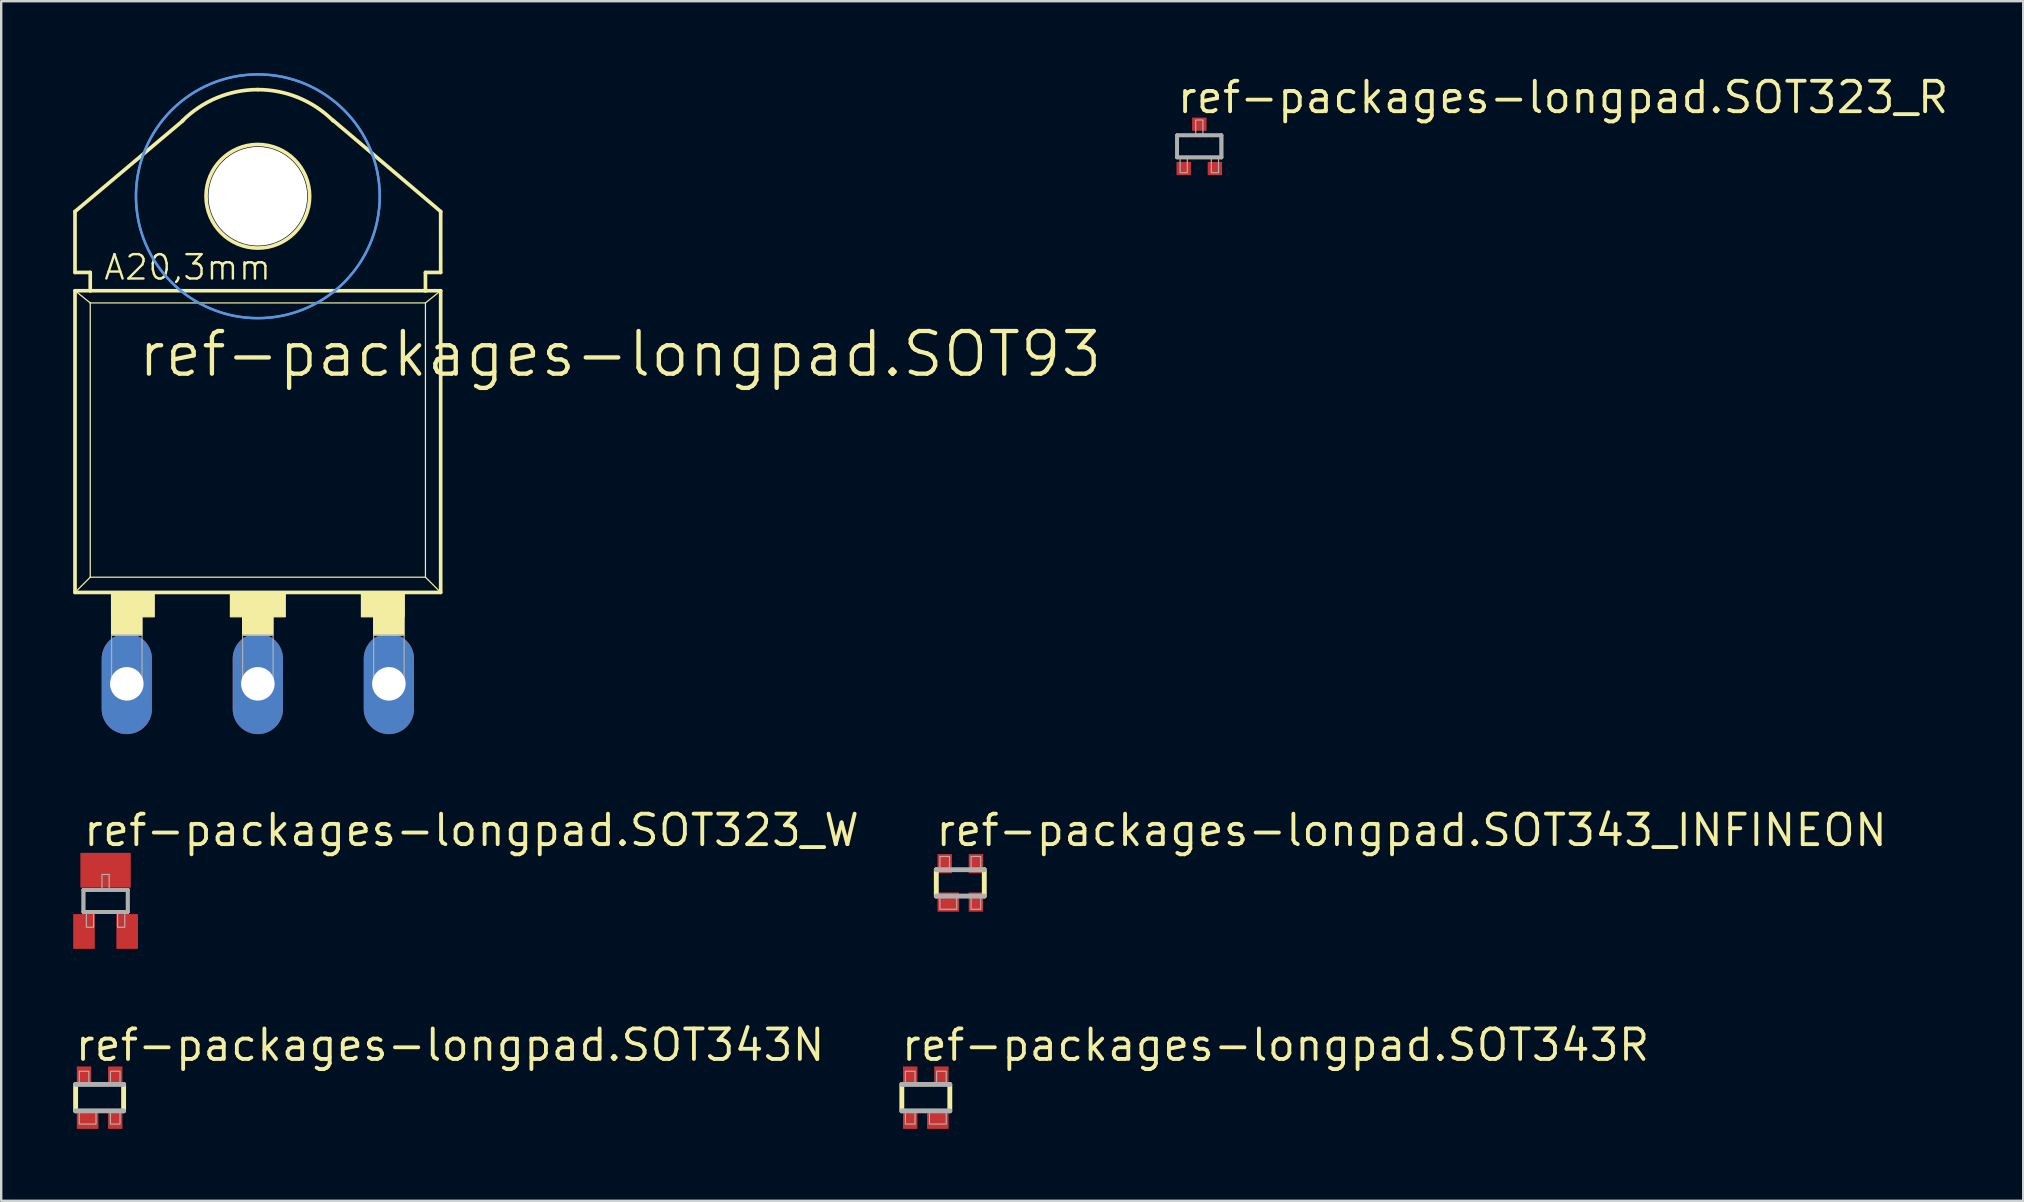
<source format=kicad_pcb>
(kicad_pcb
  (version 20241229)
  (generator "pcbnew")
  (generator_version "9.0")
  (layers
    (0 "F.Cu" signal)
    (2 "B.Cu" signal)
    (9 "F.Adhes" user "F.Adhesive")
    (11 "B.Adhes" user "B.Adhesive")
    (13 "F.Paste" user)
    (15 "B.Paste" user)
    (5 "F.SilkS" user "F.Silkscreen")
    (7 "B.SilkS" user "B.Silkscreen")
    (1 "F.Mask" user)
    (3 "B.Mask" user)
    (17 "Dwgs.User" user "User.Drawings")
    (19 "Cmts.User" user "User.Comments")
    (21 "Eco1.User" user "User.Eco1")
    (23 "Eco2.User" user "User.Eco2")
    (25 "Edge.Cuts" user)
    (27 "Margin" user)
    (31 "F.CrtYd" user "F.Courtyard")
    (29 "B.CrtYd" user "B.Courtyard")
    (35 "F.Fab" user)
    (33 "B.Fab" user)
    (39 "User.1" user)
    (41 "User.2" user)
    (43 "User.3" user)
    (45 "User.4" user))
  (footprint "ref-packages-longpad.SOT343_INFINEON"
    (layer "F.Cu")
    (at 36.972 33.745)
    (property "Reference" "ref-packages-longpad.SOT343_INFINEON" (at -1.1 -1.45 0) (layer "F.SilkS") (effects (font (size 1.27 1.27) (thickness 0.16)) (justify left bottom)))
    (attr smd)
    (fp_line (start -1 0.55) (end -1 -0.55) (stroke (width 0.203) (type default)) (layer "F.SilkS"))
    (fp_line (start 1 -0.55) (end 1 0.55) (stroke (width 0.203) (type default)) (layer "F.SilkS"))
    (fp_line (start -1 -0.55) (end 1 -0.55) (stroke (width 0.203) (type default)) (layer "F.Fab"))
    (fp_line (start 1 0.55) (end -1 0.55) (stroke (width 0.203) (type default)) (layer "F.Fab"))
    (fp_rect (start -0.85 -0.6) (end -0.45 -1.1) (stroke (width 0.05) (type default)) (fill no) (layer "F.Fab"))
    (fp_rect (start -0.85 1.1) (end -0.15 0.6) (stroke (width 0.05) (type default)) (fill no) (layer "F.Fab"))
    (fp_rect (start 0.45 -0.6) (end 0.85 -1.1) (stroke (width 0.05) (type default)) (fill no) (layer "F.Fab"))
    (fp_rect (start 0.45 1.1) (end 0.85 0.6) (stroke (width 0.05) (type default)) (fill no) (layer "F.Fab"))
    (pad "1" smd roundrect (at -0.5 0.8) (size 0.9 0.8) (layers "F.Cu" "F.Mask" "F.Paste") (roundrect_rratio 0.01))
    (pad "2" smd roundrect (at 0.65 0.8) (size 0.6 0.8) (layers "F.Cu" "F.Mask" "F.Paste") (roundrect_rratio 0.01))
    (pad "3" smd roundrect (at 0.65 -0.8) (size 0.6 0.8) (layers "F.Cu" "F.Mask" "F.Paste") (roundrect_rratio 0.01))
    (pad "4" smd roundrect (at -0.65 -0.8) (size 0.6 0.8) (layers "F.Cu" "F.Mask" "F.Paste") (roundrect_rratio 0.01)))
  (footprint "ref-packages-longpad.SOT343N"
    (layer "F.Cu")
    (at 1.102 42.696)
    (property "Reference" "ref-packages-longpad.SOT343N" (at -1.1 -1.45 0) (layer "F.SilkS") (effects (font (size 1.27 1.27) (thickness 0.16)) (justify left bottom)))
    (attr smd)
    (fp_line (start -1 0.55) (end -1 -0.55) (stroke (width 0.203) (type default)) (layer "F.SilkS"))
    (fp_line (start 1 -0.55) (end 1 0.55) (stroke (width 0.203) (type default)) (layer "F.SilkS"))
    (fp_line (start -1 -0.55) (end 1 -0.55) (stroke (width 0.203) (type default)) (layer "F.Fab"))
    (fp_line (start 1 0.55) (end -1 0.55) (stroke (width 0.203) (type default)) (layer "F.Fab"))
    (fp_rect (start -0.85 -0.6) (end -0.45 -1.1) (stroke (width 0.05) (type default)) (fill no) (layer "F.Fab"))
    (fp_rect (start -0.85 1.1) (end -0.15 0.6) (stroke (width 0.05) (type default)) (fill no) (layer "F.Fab"))
    (fp_rect (start 0.45 -0.6) (end 0.85 -1.1) (stroke (width 0.05) (type default)) (fill no) (layer "F.Fab"))
    (fp_rect (start 0.45 1.1) (end 0.85 0.6) (stroke (width 0.05) (type default)) (fill no) (layer "F.Fab"))
    (pad "1" smd roundrect (at -0.5 0.9) (size 0.9 0.8) (layers "F.Cu" "F.Mask" "F.Paste") (roundrect_rratio 0.01))
    (pad "2" smd roundrect (at 0.65 0.9) (size 0.6 0.8) (layers "F.Cu" "F.Mask" "F.Paste") (roundrect_rratio 0.01))
    (pad "3" smd roundrect (at 0.65 -0.9) (size 0.6 0.8) (layers "F.Cu" "F.Mask" "F.Paste") (roundrect_rratio 0.01))
    (pad "4" smd roundrect (at -0.65 -0.9) (size 0.6 0.8) (layers "F.Cu" "F.Mask" "F.Paste") (roundrect_rratio 0.01)))
  (footprint "ref-packages-longpad.SOT323_R"
    (layer "F.Cu")
    (at 46.933 3.05)
    (property "Reference" "ref-packages-longpad.SOT323_R" (at -1 -1.3 0) (layer "F.SilkS") (effects (font (size 1.27 1.27) (thickness 0.16)) (justify left bottom)))
    (attr smd)
    (fp_line (start -0.922 -0.46) (end 0.922 -0.46) (stroke (width 0.152) (type default)) (layer "F.SilkS"))
    (fp_line (start -0.922 0.46) (end -0.922 -0.46) (stroke (width 0.152) (type default)) (layer "F.SilkS"))
    (fp_line (start 0.922 -0.46) (end 0.922 0.46) (stroke (width 0.152) (type default)) (layer "F.SilkS"))
    (fp_line (start 0.922 0.46) (end -0.922 0.46) (stroke (width 0.152) (type default)) (layer "F.SilkS"))
    (fp_line (start -0.922 -0.46) (end 0.922 -0.46) (stroke (width 0.152) (type default)) (layer "F.Fab"))
    (fp_line (start -0.922 0.46) (end -0.922 -0.46) (stroke (width 0.152) (type default)) (layer "F.Fab"))
    (fp_line (start 0.922 -0.46) (end 0.922 0.46) (stroke (width 0.152) (type default)) (layer "F.Fab"))
    (fp_line (start 0.922 0.46) (end -0.922 0.46) (stroke (width 0.152) (type default)) (layer "F.Fab"))
    (fp_rect (start -0.8 1.1) (end -0.5 0.5) (stroke (width 0.05) (type default)) (fill no) (layer "F.Fab"))
    (fp_rect (start -0.15 -0.5) (end 0.15 -1.1) (stroke (width 0.05) (type default)) (fill no) (layer "F.Fab"))
    (fp_rect (start 0.5 1.1) (end 0.8 0.5) (stroke (width 0.05) (type default)) (fill no) (layer "F.Fab"))
    (pad "1" smd roundrect (at -0.65 0.925) (size 0.6 0.55) (layers "F.Cu" "F.Mask" "F.Paste") (roundrect_rratio 0.01))
    (pad "2" smd roundrect (at 0.65 0.925) (size 0.6 0.55) (layers "F.Cu" "F.Mask" "F.Paste") (roundrect_rratio 0.01))
    (pad "3" smd roundrect (at 0 -0.925) (size 0.6 0.55) (layers "F.Cu" "F.Mask" "F.Paste") (roundrect_rratio 0.01)))
  (footprint "ref-packages-longpad.SOT343R"
    (layer "F.Cu")
    (at 35.535 42.696)
    (property "Reference" "ref-packages-longpad.SOT343R" (at -1.1 -1.45 0) (layer "F.SilkS") (effects (font (size 1.27 1.27) (thickness 0.16)) (justify left bottom)))
    (attr smd)
    (fp_line (start -1 0.55) (end -1 -0.55) (stroke (width 0.203) (type default)) (layer "F.SilkS"))
    (fp_line (start 1 -0.55) (end 1 0.55) (stroke (width 0.203) (type default)) (layer "F.SilkS"))
    (fp_line (start -1 -0.55) (end 1 -0.55) (stroke (width 0.203) (type default)) (layer "F.Fab"))
    (fp_line (start 1 0.55) (end -1 0.55) (stroke (width 0.203) (type default)) (layer "F.Fab"))
    (fp_rect (start -0.85 -0.6) (end -0.45 -1.1) (stroke (width 0.05) (type default)) (fill no) (layer "F.Fab"))
    (fp_rect (start -0.85 1.1) (end -0.45 0.6) (stroke (width 0.05) (type default)) (fill no) (layer "F.Fab"))
    (fp_rect (start 0.15 1.1) (end 0.85 0.6) (stroke (width 0.05) (type default)) (fill no) (layer "F.Fab"))
    (fp_rect (start 0.45 -0.6) (end 0.85 -1.1) (stroke (width 0.05) (type default)) (fill no) (layer "F.Fab"))
    (pad "1" smd roundrect (at 0.5 0.9) (size 0.9 0.8) (layers "F.Cu" "F.Mask" "F.Paste") (roundrect_rratio 0.01))
    (pad "2" smd roundrect (at -0.65 0.9) (size 0.6 0.8) (layers "F.Cu" "F.Mask" "F.Paste") (roundrect_rratio 0.01))
    (pad "3" smd roundrect (at -0.65 -0.9) (size 0.6 0.8) (layers "F.Cu" "F.Mask" "F.Paste") (roundrect_rratio 0.01))
    (pad "4" smd roundrect (at 0.65 -0.9) (size 0.6 0.8) (layers "F.Cu" "F.Mask" "F.Paste") (roundrect_rratio 0.01)))
  (footprint "ref-packages-longpad.SOT93"
    (layer "F.Cu")
    (at 7.696 15.29)
    (property "Reference" "ref-packages-longpad.SOT93" (at -5.08 -2.54 0) (layer "F.SilkS") (effects (font (size 1.778 1.778) (thickness 0.18)) (justify left bottom)))
    (attr through_hole)
    (fp_line (start -7.62 -9.525) (end -3.124 -13.31) (stroke (width 0.152) (type default)) (layer "F.SilkS"))
    (fp_line (start -7.62 -6.985) (end -7.62 -9.525) (stroke (width 0.152) (type default)) (layer "F.SilkS"))
    (fp_line (start -7.62 6.35) (end -7.62 -6.223) (stroke (width 0.152) (type default)) (layer "F.SilkS"))
    (fp_line (start -7.62 6.35) (end 7.62 6.35) (stroke (width 0.152) (type default)) (layer "F.SilkS"))
    (fp_line (start -6.985 -6.985) (end -7.62 -6.985) (stroke (width 0.152) (type default)) (layer "F.SilkS"))
    (fp_line (start -6.985 -6.223) (end -7.62 -6.223) (stroke (width 0.152) (type default)) (layer "F.SilkS"))
    (fp_line (start -6.985 -6.223) (end -6.985 -6.985) (stroke (width 0.152) (type default)) (layer "F.SilkS"))
    (fp_line (start -6.985 -5.715) (end -7.62 -6.225) (stroke (width 0.051) (type default)) (layer "F.SilkS"))
    (fp_line (start -6.985 5.715) (end -7.62 6.35) (stroke (width 0.051) (type default)) (layer "F.SilkS"))
    (fp_line (start -6.985 5.715) (end -6.985 -5.715) (stroke (width 0.051) (type default)) (layer "F.SilkS"))
    (fp_line (start -6.985 5.715) (end 6.985 5.715) (stroke (width 0.051) (type default)) (layer "F.SilkS"))
    (fp_line (start 6.985 -6.985) (end 7.62 -6.985) (stroke (width 0.152) (type default)) (layer "F.SilkS"))
    (fp_line (start 6.985 -6.223) (end -6.985 -6.223) (stroke (width 0.152) (type default)) (layer "F.SilkS"))
    (fp_line (start 6.985 -6.223) (end 6.985 -6.985) (stroke (width 0.152) (type default)) (layer "F.SilkS"))
    (fp_line (start 6.985 -5.715) (end -6.985 -5.715) (stroke (width 0.051) (type default)) (layer "F.SilkS"))
    (fp_line (start 6.985 -5.715) (end 6.985 5.715) (stroke (width 0.051) (type default)) (layer "F.SilkS"))
    (fp_line (start 6.985 -5.715) (end 7.62 -6.225) (stroke (width 0.051) (type default)) (layer "F.SilkS"))
    (fp_line (start 6.985 5.715) (end 7.62 6.35) (stroke (width 0.051) (type default)) (layer "F.SilkS"))
    (fp_line (start 7.62 -9.525) (end 3.124 -13.335) (stroke (width 0.152) (type default)) (layer "F.SilkS"))
    (fp_line (start 7.62 -6.985) (end 7.62 -9.525) (stroke (width 0.152) (type default)) (layer "F.SilkS"))
    (fp_line (start 7.62 -6.223) (end 6.985 -6.223) (stroke (width 0.152) (type default)) (layer "F.SilkS"))
    (fp_line (start 7.62 -6.223) (end 7.62 6.35) (stroke (width 0.152) (type default)) (layer "F.SilkS"))
    (fp_rect (start -6.096 7.366) (end -4.318 6.35) (stroke (width 0.05) (type default)) (fill yes) (layer "F.SilkS"))
    (fp_rect (start -6.096 8.128) (end -4.826 6.35) (stroke (width 0.05) (type default)) (fill yes) (layer "F.SilkS"))
    (fp_rect (start -1.143 7.366) (end 1.143 6.35) (stroke (width 0.05) (type default)) (fill yes) (layer "F.SilkS"))
    (fp_rect (start -0.635 8.128) (end 0.635 6.35) (stroke (width 0.05) (type default)) (fill yes) (layer "F.SilkS"))
    (fp_rect (start 4.318 7.366) (end 6.096 6.35) (stroke (width 0.05) (type default)) (fill yes) (layer "F.SilkS"))
    (fp_rect (start 4.826 8.128) (end 6.096 6.35) (stroke (width 0.05) (type default)) (fill yes) (layer "F.SilkS"))
    (fp_arc (start -3.1431 -13.3031) (mid -1.701032 -14.266651) (end 0 -14.605) (stroke (width 0.1524) (type default)) (layer "F.SilkS"))
    (fp_arc (start 0 -14.605) (mid 1.701032 -14.266651) (end 3.1431 -13.3031) (stroke (width 0.1524) (type default)) (layer "F.SilkS"))
    (fp_circle (center 0 -10.16) (end 2.159 -10.16) (stroke (width 0.152) (type default)) (fill no) (layer "F.SilkS"))
    (fp_circle (center 0 -10.16) (end 5.08 -10.16) (stroke (width 0.1) (type default)) (fill no) (layer "Cmts.User"))
    (fp_circle (center 0 -10.16) (end 5.08 -10.16) (stroke (width 0.1) (type default)) (fill no) (layer "Cmts.User"))
    (fp_rect (start -6.096 10.287) (end -4.826 8.128) (stroke (width 0.05) (type default)) (fill no) (layer "F.Fab"))
    (fp_rect (start -0.635 10.287) (end 0.635 8.128) (stroke (width 0.05) (type default)) (fill no) (layer "F.Fab"))
    (fp_rect (start 4.826 10.287) (end 6.096 8.128) (stroke (width 0.05) (type default)) (fill no) (layer "F.Fab"))
    (fp_text user "A20,3mm" (at -6.477 -6.604 0) (layer "F.SilkS") (effects (font (size 1.016 1.016) (thickness 0.1)) (justify left bottom)))
    (pad "" np_thru_hole circle (at 0 -10.16) (size 4.115 4.115) (drill 4.115) (layers "*.Cu" "*.Mask"))
    (pad "B" thru_hole oval (at -5.461 10.16 90) (size 4.191 2.095) (drill 1.397) (layers "*.Cu" "*.Mask"))
    (pad "C" thru_hole oval (at 0 10.16 90) (size 4.191 2.095) (drill 1.397) (layers "*.Cu" "*.Mask"))
    (pad "E" thru_hole oval (at 5.461 10.16 90) (size 4.191 2.095) (drill 1.397) (layers "*.Cu" "*.Mask")))
  (footprint "ref-packages-longpad.SOT323_W"
    (layer "F.Cu")
    (at 1.35 34.495)
    (property "Reference" "ref-packages-longpad.SOT323_W" (at -1 -2.2 0) (layer "F.SilkS") (effects (font (size 1.27 1.27) (thickness 0.16)) (justify left bottom)))
    (attr smd)
    (fp_line (start -0.922 -0.46) (end 0.922 -0.46) (stroke (width 0.152) (type default)) (layer "F.SilkS"))
    (fp_line (start -0.922 0.46) (end -0.922 -0.46) (stroke (width 0.152) (type default)) (layer "F.SilkS"))
    (fp_line (start 0.922 -0.46) (end 0.922 0.46) (stroke (width 0.152) (type default)) (layer "F.SilkS"))
    (fp_line (start 0.922 0.46) (end -0.922 0.46) (stroke (width 0.152) (type default)) (layer "F.SilkS"))
    (fp_line (start -0.922 -0.46) (end 0.922 -0.46) (stroke (width 0.152) (type default)) (layer "F.Fab"))
    (fp_line (start -0.922 0.46) (end -0.922 -0.46) (stroke (width 0.152) (type default)) (layer "F.Fab"))
    (fp_line (start 0.922 -0.46) (end 0.922 0.46) (stroke (width 0.152) (type default)) (layer "F.Fab"))
    (fp_line (start 0.922 0.46) (end -0.922 0.46) (stroke (width 0.152) (type default)) (layer "F.Fab"))
    (fp_rect (start -0.8 1.1) (end -0.5 0.5) (stroke (width 0.05) (type default)) (fill no) (layer "F.Fab"))
    (fp_rect (start -0.15 -0.5) (end 0.15 -1.1) (stroke (width 0.05) (type default)) (fill no) (layer "F.Fab"))
    (fp_rect (start 0.5 1.1) (end 0.8 0.5) (stroke (width 0.05) (type default)) (fill no) (layer "F.Fab"))
    (pad "1" smd roundrect (at -0.9 1.275) (size 0.9 1.45) (layers "F.Cu" "F.Mask" "F.Paste") (roundrect_rratio 0.01))
    (pad "2" smd roundrect (at 0.9 1.275) (size 0.9 1.45) (layers "F.Cu" "F.Mask" "F.Paste") (roundrect_rratio 0.01))
    (pad "3" smd roundrect (at 0 -1.275) (size 2.1 1.45) (layers "F.Cu" "F.Mask" "F.Paste") (roundrect_rratio 0.01)))
  (gr_rect
    (start -3 -3)
    (end 81.271 46.995)
    (stroke (width 0.1) (type default))
    (fill no)
    (layer "Edge.Cuts")))
</source>
